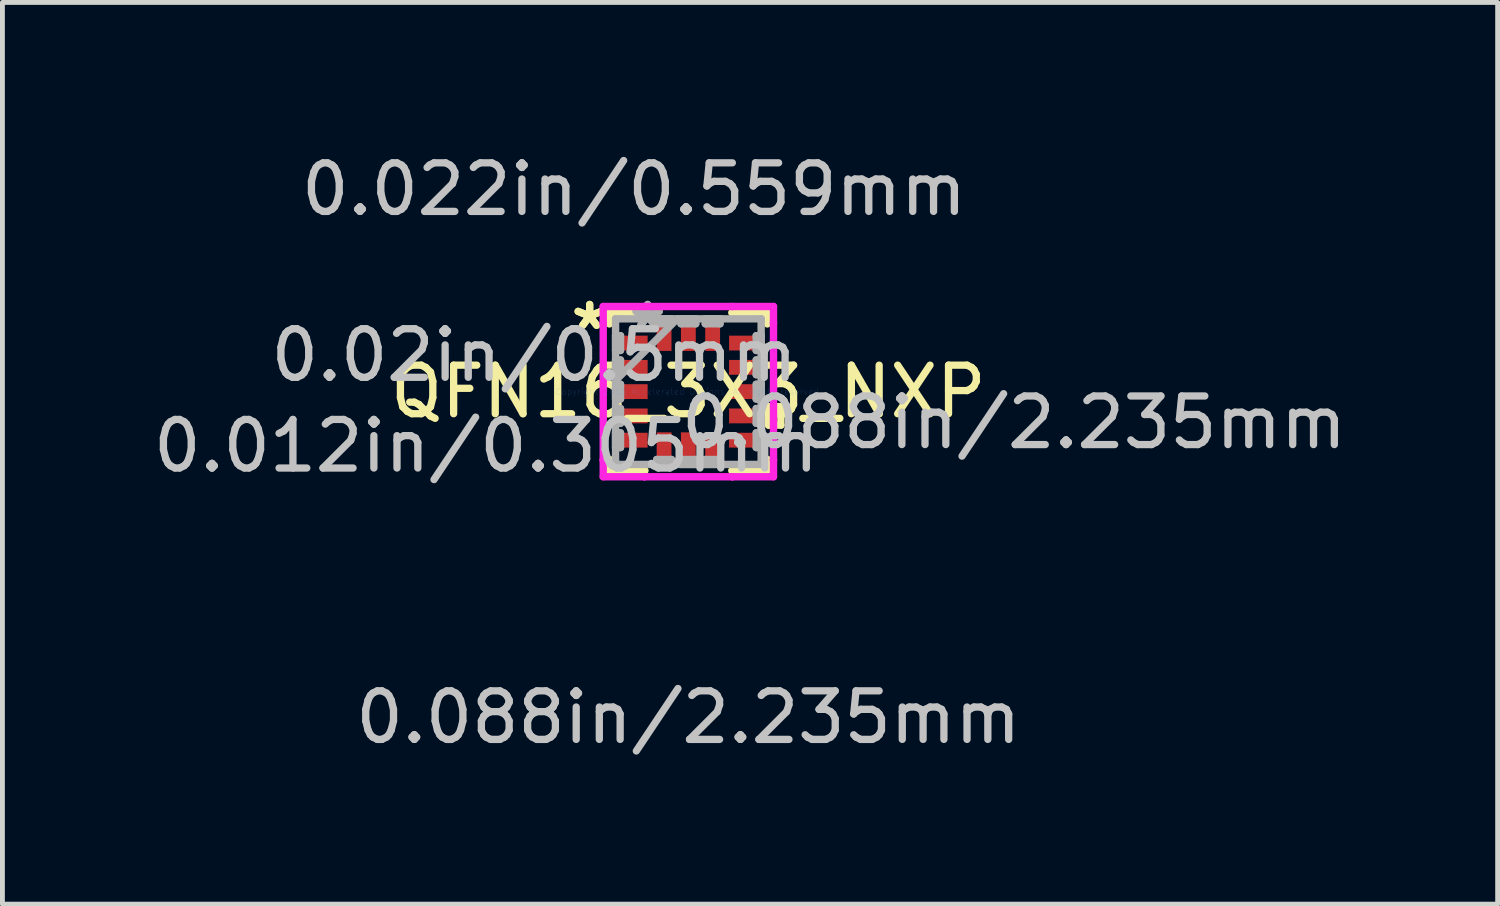
<source format=kicad_pcb>
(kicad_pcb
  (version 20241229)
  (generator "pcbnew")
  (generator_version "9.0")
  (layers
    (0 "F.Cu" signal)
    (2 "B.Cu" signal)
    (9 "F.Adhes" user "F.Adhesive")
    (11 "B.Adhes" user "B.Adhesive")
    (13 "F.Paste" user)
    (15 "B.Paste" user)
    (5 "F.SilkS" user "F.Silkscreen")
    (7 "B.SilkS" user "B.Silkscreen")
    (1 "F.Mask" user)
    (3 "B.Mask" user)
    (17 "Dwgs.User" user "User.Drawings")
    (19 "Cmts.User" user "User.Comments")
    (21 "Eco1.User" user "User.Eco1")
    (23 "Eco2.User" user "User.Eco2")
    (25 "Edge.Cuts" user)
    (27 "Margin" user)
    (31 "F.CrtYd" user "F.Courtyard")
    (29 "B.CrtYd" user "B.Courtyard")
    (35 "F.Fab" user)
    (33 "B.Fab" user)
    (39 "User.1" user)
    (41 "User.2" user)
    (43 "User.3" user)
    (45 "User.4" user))
  (footprint "QFN16_3X3_NXP"
    (layer "F.Cu")
    (at 11.124 5.014)
    (property "Reference" "QFN16_3X3_NXP" (at 0 0 0) (layer "F.SilkS") (effects (font (size 1 1) (thickness 0.15))))
    (attr through_hole)
    (fp_line (start -1.626 -1.626) (end -1.626 -1.394) (stroke (width 0.152) (type solid)) (layer "F.SilkS"))
    (fp_line (start -1.626 1.394) (end -1.626 1.626) (stroke (width 0.152) (type solid)) (layer "F.SilkS"))
    (fp_line (start -1.626 1.626) (end -0.894 1.626) (stroke (width 0.152) (type solid)) (layer "F.SilkS"))
    (fp_line (start -0.894 -1.626) (end -1.626 -1.626) (stroke (width 0.152) (type solid)) (layer "F.SilkS"))
    (fp_line (start 0.894 1.626) (end 1.626 1.626) (stroke (width 0.152) (type solid)) (layer "F.SilkS"))
    (fp_line (start 1.626 -1.626) (end 0.894 -1.626) (stroke (width 0.152) (type solid)) (layer "F.SilkS"))
    (fp_line (start 1.626 -1.394) (end 1.626 -1.626) (stroke (width 0.152) (type solid)) (layer "F.SilkS"))
    (fp_line (start 1.626 1.626) (end 1.626 1.394) (stroke (width 0.152) (type solid)) (layer "F.SilkS"))
    (fp_line (start 1.651 0.309) (end 1.905 0.309) (stroke (width 0.152) (type solid)) (layer "F.SilkS"))
    (fp_line (start 1.651 0.69) (end 1.651 0.309) (stroke (width 0.152) (type solid)) (layer "F.SilkS"))
    (fp_line (start 1.905 0.309) (end 1.905 0.69) (stroke (width 0.152) (type solid)) (layer "F.SilkS"))
    (fp_line (start 1.905 0.69) (end 1.651 0.69) (stroke (width 0.152) (type solid)) (layer "F.SilkS"))
    (fp_line (start -1.753 -1.753) (end -0.906 -1.753) (stroke (width 0.152) (type solid)) (layer "F.CrtYd"))
    (fp_line (start -1.753 -1.406) (end -1.753 -1.753) (stroke (width 0.152) (type solid)) (layer "F.CrtYd"))
    (fp_line (start -1.753 -1.406) (end -1.753 -1.406) (stroke (width 0.152) (type solid)) (layer "F.CrtYd"))
    (fp_line (start -1.753 1.406) (end -1.753 -1.406) (stroke (width 0.152) (type solid)) (layer "F.CrtYd"))
    (fp_line (start -1.753 1.406) (end -1.753 1.406) (stroke (width 0.152) (type solid)) (layer "F.CrtYd"))
    (fp_line (start -1.753 1.753) (end -1.753 1.406) (stroke (width 0.152) (type solid)) (layer "F.CrtYd"))
    (fp_line (start -0.906 -1.753) (end -0.906 -1.753) (stroke (width 0.152) (type solid)) (layer "F.CrtYd"))
    (fp_line (start -0.906 -1.753) (end 0.906 -1.753) (stroke (width 0.152) (type solid)) (layer "F.CrtYd"))
    (fp_line (start -0.906 1.753) (end -1.753 1.753) (stroke (width 0.152) (type solid)) (layer "F.CrtYd"))
    (fp_line (start -0.906 1.753) (end -0.906 1.753) (stroke (width 0.152) (type solid)) (layer "F.CrtYd"))
    (fp_line (start 0.906 -1.753) (end 0.906 -1.753) (stroke (width 0.152) (type solid)) (layer "F.CrtYd"))
    (fp_line (start 0.906 -1.753) (end 1.753 -1.753) (stroke (width 0.152) (type solid)) (layer "F.CrtYd"))
    (fp_line (start 0.906 1.753) (end -0.906 1.753) (stroke (width 0.152) (type solid)) (layer "F.CrtYd"))
    (fp_line (start 0.906 1.753) (end 0.906 1.753) (stroke (width 0.152) (type solid)) (layer "F.CrtYd"))
    (fp_line (start 1.753 -1.753) (end 1.753 -1.406) (stroke (width 0.152) (type solid)) (layer "F.CrtYd"))
    (fp_line (start 1.753 -1.406) (end 1.753 -1.406) (stroke (width 0.152) (type solid)) (layer "F.CrtYd"))
    (fp_line (start 1.753 -1.406) (end 1.753 1.406) (stroke (width 0.152) (type solid)) (layer "F.CrtYd"))
    (fp_line (start 1.753 1.406) (end 1.753 1.406) (stroke (width 0.152) (type solid)) (layer "F.CrtYd"))
    (fp_line (start 1.753 1.406) (end 1.753 1.753) (stroke (width 0.152) (type solid)) (layer "F.CrtYd"))
    (fp_line (start 1.753 1.753) (end 0.906 1.753) (stroke (width 0.152) (type solid)) (layer "F.CrtYd"))
    (fp_line (start -1.499 -1.499) (end -1.499 -1.499) (stroke (width 0.152) (type solid)) (layer "F.Fab"))
    (fp_line (start -1.499 -1.499) (end -1.499 1.499) (stroke (width 0.152) (type solid)) (layer "F.Fab"))
    (fp_line (start -1.499 -1.152) (end -1.397 -1.152) (stroke (width 0.152) (type solid)) (layer "F.Fab"))
    (fp_line (start -1.499 -0.848) (end -1.499 -1.152) (stroke (width 0.152) (type solid)) (layer "F.Fab"))
    (fp_line (start -1.499 -0.652) (end -1.397 -0.652) (stroke (width 0.152) (type solid)) (layer "F.Fab"))
    (fp_line (start -1.499 -0.348) (end -1.499 -0.652) (stroke (width 0.152) (type solid)) (layer "F.Fab"))
    (fp_line (start -1.499 -0.229) (end -0.229 -1.499) (stroke (width 0.152) (type solid)) (layer "F.Fab"))
    (fp_line (start -1.499 -0.152) (end -1.397 -0.152) (stroke (width 0.152) (type solid)) (layer "F.Fab"))
    (fp_line (start -1.499 0.152) (end -1.499 -0.152) (stroke (width 0.152) (type solid)) (layer "F.Fab"))
    (fp_line (start -1.499 0.348) (end -1.397 0.348) (stroke (width 0.152) (type solid)) (layer "F.Fab"))
    (fp_line (start -1.499 0.652) (end -1.499 0.348) (stroke (width 0.152) (type solid)) (layer "F.Fab"))
    (fp_line (start -1.499 0.848) (end -1.397 0.848) (stroke (width 0.152) (type solid)) (layer "F.Fab"))
    (fp_line (start -1.499 1.152) (end -1.499 0.848) (stroke (width 0.152) (type solid)) (layer "F.Fab"))
    (fp_line (start -1.499 1.499) (end -1.499 1.499) (stroke (width 0.152) (type solid)) (layer "F.Fab"))
    (fp_line (start -1.499 1.499) (end 1.499 1.499) (stroke (width 0.152) (type solid)) (layer "F.Fab"))
    (fp_line (start -1.397 -1.152) (end -1.397 -0.848) (stroke (width 0.152) (type solid)) (layer "F.Fab"))
    (fp_line (start -1.397 -0.848) (end -1.499 -0.848) (stroke (width 0.152) (type solid)) (layer "F.Fab"))
    (fp_line (start -1.397 -0.652) (end -1.397 -0.348) (stroke (width 0.152) (type solid)) (layer "F.Fab"))
    (fp_line (start -1.397 -0.348) (end -1.499 -0.348) (stroke (width 0.152) (type solid)) (layer "F.Fab"))
    (fp_line (start -1.397 -0.152) (end -1.397 0.152) (stroke (width 0.152) (type solid)) (layer "F.Fab"))
    (fp_line (start -1.397 0.152) (end -1.499 0.152) (stroke (width 0.152) (type solid)) (layer "F.Fab"))
    (fp_line (start -1.397 0.348) (end -1.397 0.652) (stroke (width 0.152) (type solid)) (layer "F.Fab"))
    (fp_line (start -1.397 0.652) (end -1.499 0.652) (stroke (width 0.152) (type solid)) (layer "F.Fab"))
    (fp_line (start -1.397 0.848) (end -1.397 1.152) (stroke (width 0.152) (type solid)) (layer "F.Fab"))
    (fp_line (start -1.397 1.152) (end -1.499 1.152) (stroke (width 0.152) (type solid)) (layer "F.Fab"))
    (fp_line (start -0.652 -1.499) (end -0.348 -1.499) (stroke (width 0.152) (type solid)) (layer "F.Fab"))
    (fp_line (start -0.652 -1.397) (end -0.652 -1.499) (stroke (width 0.152) (type solid)) (layer "F.Fab"))
    (fp_line (start -0.652 1.397) (end -0.348 1.397) (stroke (width 0.152) (type solid)) (layer "F.Fab"))
    (fp_line (start -0.652 1.499) (end -0.652 1.397) (stroke (width 0.152) (type solid)) (layer "F.Fab"))
    (fp_line (start -0.348 -1.499) (end -0.348 -1.397) (stroke (width 0.152) (type solid)) (layer "F.Fab"))
    (fp_line (start -0.348 -1.397) (end -0.652 -1.397) (stroke (width 0.152) (type solid)) (layer "F.Fab"))
    (fp_line (start -0.348 1.397) (end -0.348 1.499) (stroke (width 0.152) (type solid)) (layer "F.Fab"))
    (fp_line (start -0.348 1.499) (end -0.652 1.499) (stroke (width 0.152) (type solid)) (layer "F.Fab"))
    (fp_line (start -0.152 -1.499) (end 0.152 -1.499) (stroke (width 0.152) (type solid)) (layer "F.Fab"))
    (fp_line (start -0.152 -1.397) (end -0.152 -1.499) (stroke (width 0.152) (type solid)) (layer "F.Fab"))
    (fp_line (start -0.152 1.397) (end 0.152 1.397) (stroke (width 0.152) (type solid)) (layer "F.Fab"))
    (fp_line (start -0.152 1.499) (end -0.152 1.397) (stroke (width 0.152) (type solid)) (layer "F.Fab"))
    (fp_line (start 0.152 -1.499) (end 0.152 -1.397) (stroke (width 0.152) (type solid)) (layer "F.Fab"))
    (fp_line (start 0.152 -1.397) (end -0.152 -1.397) (stroke (width 0.152) (type solid)) (layer "F.Fab"))
    (fp_line (start 0.152 1.397) (end 0.152 1.499) (stroke (width 0.152) (type solid)) (layer "F.Fab"))
    (fp_line (start 0.152 1.499) (end -0.152 1.499) (stroke (width 0.152) (type solid)) (layer "F.Fab"))
    (fp_line (start 0.348 -1.499) (end 0.652 -1.499) (stroke (width 0.152) (type solid)) (layer "F.Fab"))
    (fp_line (start 0.348 -1.397) (end 0.348 -1.499) (stroke (width 0.152) (type solid)) (layer "F.Fab"))
    (fp_line (start 0.348 1.397) (end 0.652 1.397) (stroke (width 0.152) (type solid)) (layer "F.Fab"))
    (fp_line (start 0.348 1.499) (end 0.348 1.397) (stroke (width 0.152) (type solid)) (layer "F.Fab"))
    (fp_line (start 0.652 -1.499) (end 0.652 -1.397) (stroke (width 0.152) (type solid)) (layer "F.Fab"))
    (fp_line (start 0.652 -1.397) (end 0.348 -1.397) (stroke (width 0.152) (type solid)) (layer "F.Fab"))
    (fp_line (start 0.652 1.397) (end 0.652 1.499) (stroke (width 0.152) (type solid)) (layer "F.Fab"))
    (fp_line (start 0.652 1.499) (end 0.348 1.499) (stroke (width 0.152) (type solid)) (layer "F.Fab"))
    (fp_line (start 1.397 -1.152) (end 1.499 -1.152) (stroke (width 0.152) (type solid)) (layer "F.Fab"))
    (fp_line (start 1.397 -0.848) (end 1.397 -1.152) (stroke (width 0.152) (type solid)) (layer "F.Fab"))
    (fp_line (start 1.397 -0.652) (end 1.499 -0.652) (stroke (width 0.152) (type solid)) (layer "F.Fab"))
    (fp_line (start 1.397 -0.348) (end 1.397 -0.652) (stroke (width 0.152) (type solid)) (layer "F.Fab"))
    (fp_line (start 1.397 -0.152) (end 1.499 -0.152) (stroke (width 0.152) (type solid)) (layer "F.Fab"))
    (fp_line (start 1.397 0.152) (end 1.397 -0.152) (stroke (width 0.152) (type solid)) (layer "F.Fab"))
    (fp_line (start 1.397 0.348) (end 1.499 0.348) (stroke (width 0.152) (type solid)) (layer "F.Fab"))
    (fp_line (start 1.397 0.652) (end 1.397 0.348) (stroke (width 0.152) (type solid)) (layer "F.Fab"))
    (fp_line (start 1.397 0.848) (end 1.499 0.848) (stroke (width 0.152) (type solid)) (layer "F.Fab"))
    (fp_line (start 1.397 1.152) (end 1.397 0.848) (stroke (width 0.152) (type solid)) (layer "F.Fab"))
    (fp_line (start 1.499 -1.499) (end -1.499 -1.499) (stroke (width 0.152) (type solid)) (layer "F.Fab"))
    (fp_line (start 1.499 -1.499) (end 1.499 -1.499) (stroke (width 0.152) (type solid)) (layer "F.Fab"))
    (fp_line (start 1.499 -1.152) (end 1.499 -0.848) (stroke (width 0.152) (type solid)) (layer "F.Fab"))
    (fp_line (start 1.499 -0.848) (end 1.397 -0.848) (stroke (width 0.152) (type solid)) (layer "F.Fab"))
    (fp_line (start 1.499 -0.652) (end 1.499 -0.348) (stroke (width 0.152) (type solid)) (layer "F.Fab"))
    (fp_line (start 1.499 -0.348) (end 1.397 -0.348) (stroke (width 0.152) (type solid)) (layer "F.Fab"))
    (fp_line (start 1.499 -0.152) (end 1.499 0.152) (stroke (width 0.152) (type solid)) (layer "F.Fab"))
    (fp_line (start 1.499 0.152) (end 1.397 0.152) (stroke (width 0.152) (type solid)) (layer "F.Fab"))
    (fp_line (start 1.499 0.348) (end 1.499 0.652) (stroke (width 0.152) (type solid)) (layer "F.Fab"))
    (fp_line (start 1.499 0.652) (end 1.397 0.652) (stroke (width 0.152) (type solid)) (layer "F.Fab"))
    (fp_line (start 1.499 0.848) (end 1.499 1.152) (stroke (width 0.152) (type solid)) (layer "F.Fab"))
    (fp_line (start 1.499 1.152) (end 1.397 1.152) (stroke (width 0.152) (type solid)) (layer "F.Fab"))
    (fp_line (start 1.499 1.499) (end 1.499 -1.499) (stroke (width 0.152) (type solid)) (layer "F.Fab"))
    (fp_line (start 1.499 1.499) (end 1.499 1.499) (stroke (width 0.152) (type solid)) (layer "F.Fab"))
    (fp_text user "*" (at -2.032 -1.25 0) (layer "F.SilkS") (effects (font (size 1 1) (thickness 0.15))))
    (fp_text user "*" (at -2.032 -1.25 0) (layer "F.SilkS") (effects (font (size 1 1) (thickness 0.15))))
    (fp_text user "0.012in/0.305mm" (at -4.166 1.118 0) (layer "Dwgs.User") (effects (font (size 1 1) (thickness 0.15))))
    (fp_text user "0.088in/2.235mm" (at 6.706 0.635 0) (layer "Dwgs.User") (effects (font (size 1 1) (thickness 0.15))))
    (fp_text user "0.022in/0.559mm" (at -1.118 -4.166 0) (layer "Dwgs.User") (effects (font (size 1 1) (thickness 0.15))))
    (fp_text user "0.088in/2.235mm" (at 0 6.706 0) (layer "Dwgs.User") (effects (font (size 1 1) (thickness 0.15))))
    (fp_text user "0.02in/0.5mm" (at -3.175 -0.75 0) (layer "Dwgs.User") (effects (font (size 1 1) (thickness 0.15))))
    (fp_text user "Copyright 2016 Accelerated Designs. All rights reserved." (at 0 0 0) (layer "Cmts.User") (effects (font (size 0.127 0.127) (thickness 0.002))))
    (fp_text user "*" (at -0.838 -1.25 0) (layer "F.Fab") (effects (font (size 1 1) (thickness 0.15))))
    (fp_text user "*" (at -0.838 -1.25 0) (layer "F.Fab") (effects (font (size 1 1) (thickness 0.15))))
    (pad "1" smd rect (at -1.118 -1 90) (size 0.305 0.559) (layers "F.Cu" "F.Mask" "F.Paste"))
    (pad "2" smd rect (at -1.118 -0.5 90) (size 0.305 0.559) (layers "F.Cu" "F.Mask" "F.Paste"))
    (pad "3" smd rect (at -1.118 0 90) (size 0.305 0.559) (layers "F.Cu" "F.Mask" "F.Paste"))
    (pad "4" smd rect (at -1.118 0.5 90) (size 0.305 0.559) (layers "F.Cu" "F.Mask" "F.Paste"))
    (pad "5" smd rect (at -1.118 1 90) (size 0.305 0.559) (layers "F.Cu" "F.Mask" "F.Paste"))
    (pad "6" smd rect (at -0.5 1.118) (size 0.305 0.559) (layers "F.Cu" "F.Mask" "F.Paste"))
    (pad "7" smd rect (at 0 1.118) (size 0.305 0.559) (layers "F.Cu" "F.Mask" "F.Paste"))
    (pad "8" smd rect (at 0.5 1.118) (size 0.305 0.559) (layers "F.Cu" "F.Mask" "F.Paste"))
    (pad "9" smd rect (at 1.118 1 90) (size 0.305 0.559) (layers "F.Cu" "F.Mask" "F.Paste"))
    (pad "10" smd rect (at 1.118 0.5 90) (size 0.305 0.559) (layers "F.Cu" "F.Mask" "F.Paste"))
    (pad "11" smd rect (at 1.118 0 90) (size 0.305 0.559) (layers "F.Cu" "F.Mask" "F.Paste"))
    (pad "12" smd rect (at 1.118 -0.5 90) (size 0.305 0.559) (layers "F.Cu" "F.Mask" "F.Paste"))
    (pad "13" smd rect (at 1.118 -1 90) (size 0.305 0.559) (layers "F.Cu" "F.Mask" "F.Paste"))
    (pad "14" smd rect (at 0.5 -1.118) (size 0.305 0.559) (layers "F.Cu" "F.Mask" "F.Paste"))
    (pad "15" smd rect (at 0 -1.118) (size 0.305 0.559) (layers "F.Cu" "F.Mask" "F.Paste"))
    (pad "16" smd rect (at -0.5 -1.118) (size 0.305 0.559) (layers "F.Cu" "F.Mask" "F.Paste")))
  (gr_rect
    (start -3 -3)
    (end 27.788 15.568)
    (stroke (width 0.1) (type default))
    (fill no)
    (layer "Edge.Cuts")))
</source>
